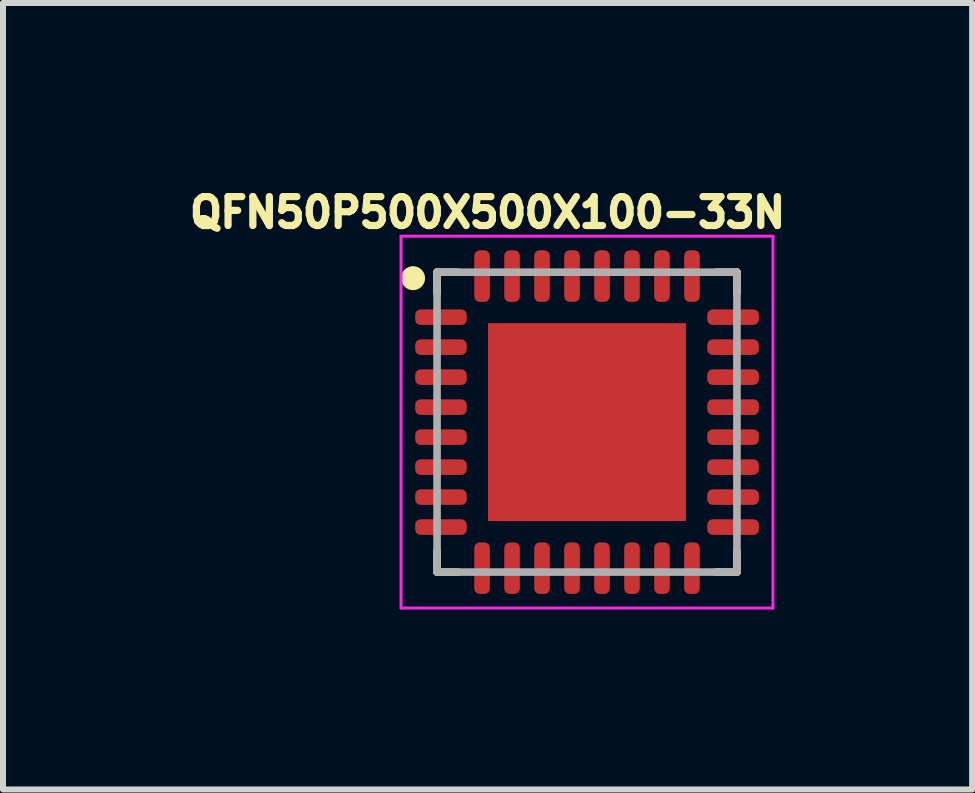
<source format=kicad_pcb>
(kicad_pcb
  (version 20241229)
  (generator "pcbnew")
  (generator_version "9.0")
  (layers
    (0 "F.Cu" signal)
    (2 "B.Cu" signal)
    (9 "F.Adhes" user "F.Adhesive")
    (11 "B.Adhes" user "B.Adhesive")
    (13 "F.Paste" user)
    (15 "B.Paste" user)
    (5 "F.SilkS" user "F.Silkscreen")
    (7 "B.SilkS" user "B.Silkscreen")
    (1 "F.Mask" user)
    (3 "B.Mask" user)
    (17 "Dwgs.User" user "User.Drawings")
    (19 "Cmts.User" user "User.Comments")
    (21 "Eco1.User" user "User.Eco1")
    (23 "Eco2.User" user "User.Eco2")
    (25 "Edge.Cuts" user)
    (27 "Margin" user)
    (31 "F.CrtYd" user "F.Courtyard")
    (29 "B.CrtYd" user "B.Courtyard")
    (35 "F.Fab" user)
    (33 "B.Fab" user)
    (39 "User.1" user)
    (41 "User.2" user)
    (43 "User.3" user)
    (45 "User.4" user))
  (footprint "QFN50P500X500X100-33N"
    (layer "F.Cu")
    (at 6.737 3.988)
    (property "Reference" "QFN50P500X500X100-33N" (at -1.658 -3.495 0) (layer "F.SilkS") (effects (font (size 0.482 0.482) (thickness 0.15))))
    (attr smd)
    (fp_line (start -2.5 -2.5) (end -2.15 -2.5) (stroke (width 0.127) (type solid)) (layer "F.SilkS"))
    (fp_line (start -2.5 -2.15) (end -2.5 -2.5) (stroke (width 0.127) (type solid)) (layer "F.SilkS"))
    (fp_line (start -2.5 2.5) (end -2.5 2.15) (stroke (width 0.127) (type solid)) (layer "F.SilkS"))
    (fp_line (start -2.15 2.5) (end -2.5 2.5) (stroke (width 0.127) (type solid)) (layer "F.SilkS"))
    (fp_line (start 2.15 -2.5) (end 2.5 -2.5) (stroke (width 0.127) (type solid)) (layer "F.SilkS"))
    (fp_line (start 2.15 2.5) (end 2.5 2.5) (stroke (width 0.127) (type solid)) (layer "F.SilkS"))
    (fp_line (start 2.5 -2.5) (end 2.5 -2.15) (stroke (width 0.127) (type solid)) (layer "F.SilkS"))
    (fp_line (start 2.5 2.5) (end 2.5 2.15) (stroke (width 0.127) (type solid)) (layer "F.SilkS"))
    (fp_circle (center -2.9 -2.4) (end -2.8 -2.4) (stroke (width 0.2) (type solid)) (fill no) (layer "F.SilkS"))
    (fp_poly (pts (xy -1.156 -1.15) (xy 1.15 -1.15) (xy 1.15 1.156) (xy -1.156 1.156)) (stroke (width 0.01) (type solid)) (fill yes) (layer "F.Paste"))
    (fp_line (start -3.1 -3.1) (end 3.1 -3.1) (stroke (width 0.05) (type solid)) (layer "F.CrtYd"))
    (fp_line (start -3.1 3.1) (end -3.1 -3.1) (stroke (width 0.05) (type solid)) (layer "F.CrtYd"))
    (fp_line (start 3.1 -3.1) (end 3.1 3.1) (stroke (width 0.05) (type solid)) (layer "F.CrtYd"))
    (fp_line (start 3.1 3.1) (end -3.1 3.1) (stroke (width 0.05) (type solid)) (layer "F.CrtYd"))
    (fp_line (start -2.5 -2.5) (end 2.5 -2.5) (stroke (width 0.127) (type solid)) (layer "F.Fab"))
    (fp_line (start -2.5 2.5) (end -2.5 -2.5) (stroke (width 0.127) (type solid)) (layer "F.Fab"))
    (fp_line (start 2.5 -2.5) (end 2.5 2.5) (stroke (width 0.127) (type solid)) (layer "F.Fab"))
    (fp_line (start 2.5 2.5) (end -2.5 2.5) (stroke (width 0.127) (type solid)) (layer "F.Fab"))
    (pad "1" smd roundrect (at -2.435 -1.75) (size 0.86 0.26) (layers "F.Cu" "F.Mask" "F.Paste") (roundrect_rratio 0.35))
    (pad "2" smd roundrect (at -2.435 -1.25) (size 0.86 0.26) (layers "F.Cu" "F.Mask" "F.Paste") (roundrect_rratio 0.35))
    (pad "3" smd roundrect (at -2.435 -0.75) (size 0.86 0.26) (layers "F.Cu" "F.Mask" "F.Paste") (roundrect_rratio 0.35))
    (pad "4" smd roundrect (at -2.435 -0.25) (size 0.86 0.26) (layers "F.Cu" "F.Mask" "F.Paste") (roundrect_rratio 0.35))
    (pad "5" smd roundrect (at -2.435 0.25) (size 0.86 0.26) (layers "F.Cu" "F.Mask" "F.Paste") (roundrect_rratio 0.35))
    (pad "6" smd roundrect (at -2.435 0.75) (size 0.86 0.26) (layers "F.Cu" "F.Mask" "F.Paste") (roundrect_rratio 0.35))
    (pad "7" smd roundrect (at -2.435 1.25) (size 0.86 0.26) (layers "F.Cu" "F.Mask" "F.Paste") (roundrect_rratio 0.35))
    (pad "8" smd roundrect (at -2.435 1.75) (size 0.86 0.26) (layers "F.Cu" "F.Mask" "F.Paste") (roundrect_rratio 0.35))
    (pad "9" smd roundrect (at -1.75 2.435 90) (size 0.86 0.26) (layers "F.Cu" "F.Mask" "F.Paste") (roundrect_rratio 0.35))
    (pad "10" smd roundrect (at -1.25 2.435 90) (size 0.86 0.26) (layers "F.Cu" "F.Mask" "F.Paste") (roundrect_rratio 0.35))
    (pad "11" smd roundrect (at -0.75 2.435 90) (size 0.86 0.26) (layers "F.Cu" "F.Mask" "F.Paste") (roundrect_rratio 0.35))
    (pad "12" smd roundrect (at -0.25 2.435 90) (size 0.86 0.26) (layers "F.Cu" "F.Mask" "F.Paste") (roundrect_rratio 0.35))
    (pad "13" smd roundrect (at 0.25 2.435 90) (size 0.86 0.26) (layers "F.Cu" "F.Mask" "F.Paste") (roundrect_rratio 0.35))
    (pad "14" smd roundrect (at 0.75 2.435 90) (size 0.86 0.26) (layers "F.Cu" "F.Mask" "F.Paste") (roundrect_rratio 0.35))
    (pad "15" smd roundrect (at 1.25 2.435 90) (size 0.86 0.26) (layers "F.Cu" "F.Mask" "F.Paste") (roundrect_rratio 0.35))
    (pad "16" smd roundrect (at 1.75 2.435 90) (size 0.86 0.26) (layers "F.Cu" "F.Mask" "F.Paste") (roundrect_rratio 0.35))
    (pad "17" smd roundrect (at 2.435 1.75) (size 0.86 0.26) (layers "F.Cu" "F.Mask" "F.Paste") (roundrect_rratio 0.35))
    (pad "18" smd roundrect (at 2.435 1.25) (size 0.86 0.26) (layers "F.Cu" "F.Mask" "F.Paste") (roundrect_rratio 0.35))
    (pad "19" smd roundrect (at 2.435 0.75) (size 0.86 0.26) (layers "F.Cu" "F.Mask" "F.Paste") (roundrect_rratio 0.35))
    (pad "20" smd roundrect (at 2.435 0.25) (size 0.86 0.26) (layers "F.Cu" "F.Mask" "F.Paste") (roundrect_rratio 0.35))
    (pad "21" smd roundrect (at 2.435 -0.25) (size 0.86 0.26) (layers "F.Cu" "F.Mask" "F.Paste") (roundrect_rratio 0.35))
    (pad "22" smd roundrect (at 2.435 -0.75) (size 0.86 0.26) (layers "F.Cu" "F.Mask" "F.Paste") (roundrect_rratio 0.35))
    (pad "23" smd roundrect (at 2.435 -1.25) (size 0.86 0.26) (layers "F.Cu" "F.Mask" "F.Paste") (roundrect_rratio 0.35))
    (pad "24" smd roundrect (at 2.435 -1.75) (size 0.86 0.26) (layers "F.Cu" "F.Mask" "F.Paste") (roundrect_rratio 0.35))
    (pad "25" smd roundrect (at 1.75 -2.435 90) (size 0.86 0.26) (layers "F.Cu" "F.Mask" "F.Paste") (roundrect_rratio 0.35))
    (pad "26" smd roundrect (at 1.25 -2.435 90) (size 0.86 0.26) (layers "F.Cu" "F.Mask" "F.Paste") (roundrect_rratio 0.35))
    (pad "27" smd roundrect (at 0.75 -2.435 90) (size 0.86 0.26) (layers "F.Cu" "F.Mask" "F.Paste") (roundrect_rratio 0.35))
    (pad "28" smd roundrect (at 0.25 -2.435 90) (size 0.86 0.26) (layers "F.Cu" "F.Mask" "F.Paste") (roundrect_rratio 0.35))
    (pad "29" smd roundrect (at -0.25 -2.435 90) (size 0.86 0.26) (layers "F.Cu" "F.Mask" "F.Paste") (roundrect_rratio 0.35))
    (pad "30" smd roundrect (at -0.75 -2.435 90) (size 0.86 0.26) (layers "F.Cu" "F.Mask" "F.Paste") (roundrect_rratio 0.35))
    (pad "31" smd roundrect (at -1.25 -2.435 90) (size 0.86 0.26) (layers "F.Cu" "F.Mask" "F.Paste") (roundrect_rratio 0.35))
    (pad "32" smd roundrect (at -1.75 -2.435 90) (size 0.86 0.26) (layers "F.Cu" "F.Mask" "F.Paste") (roundrect_rratio 0.35))
    (pad "33" smd rect (at 0 0) (size 3.3 3.3) (layers "F.Cu" "F.Mask")))
  (gr_rect
    (start -3 -3)
    (end 13.158 10.113)
    (stroke (width 0.1) (type default))
    (fill no)
    (layer "Edge.Cuts")))
</source>
